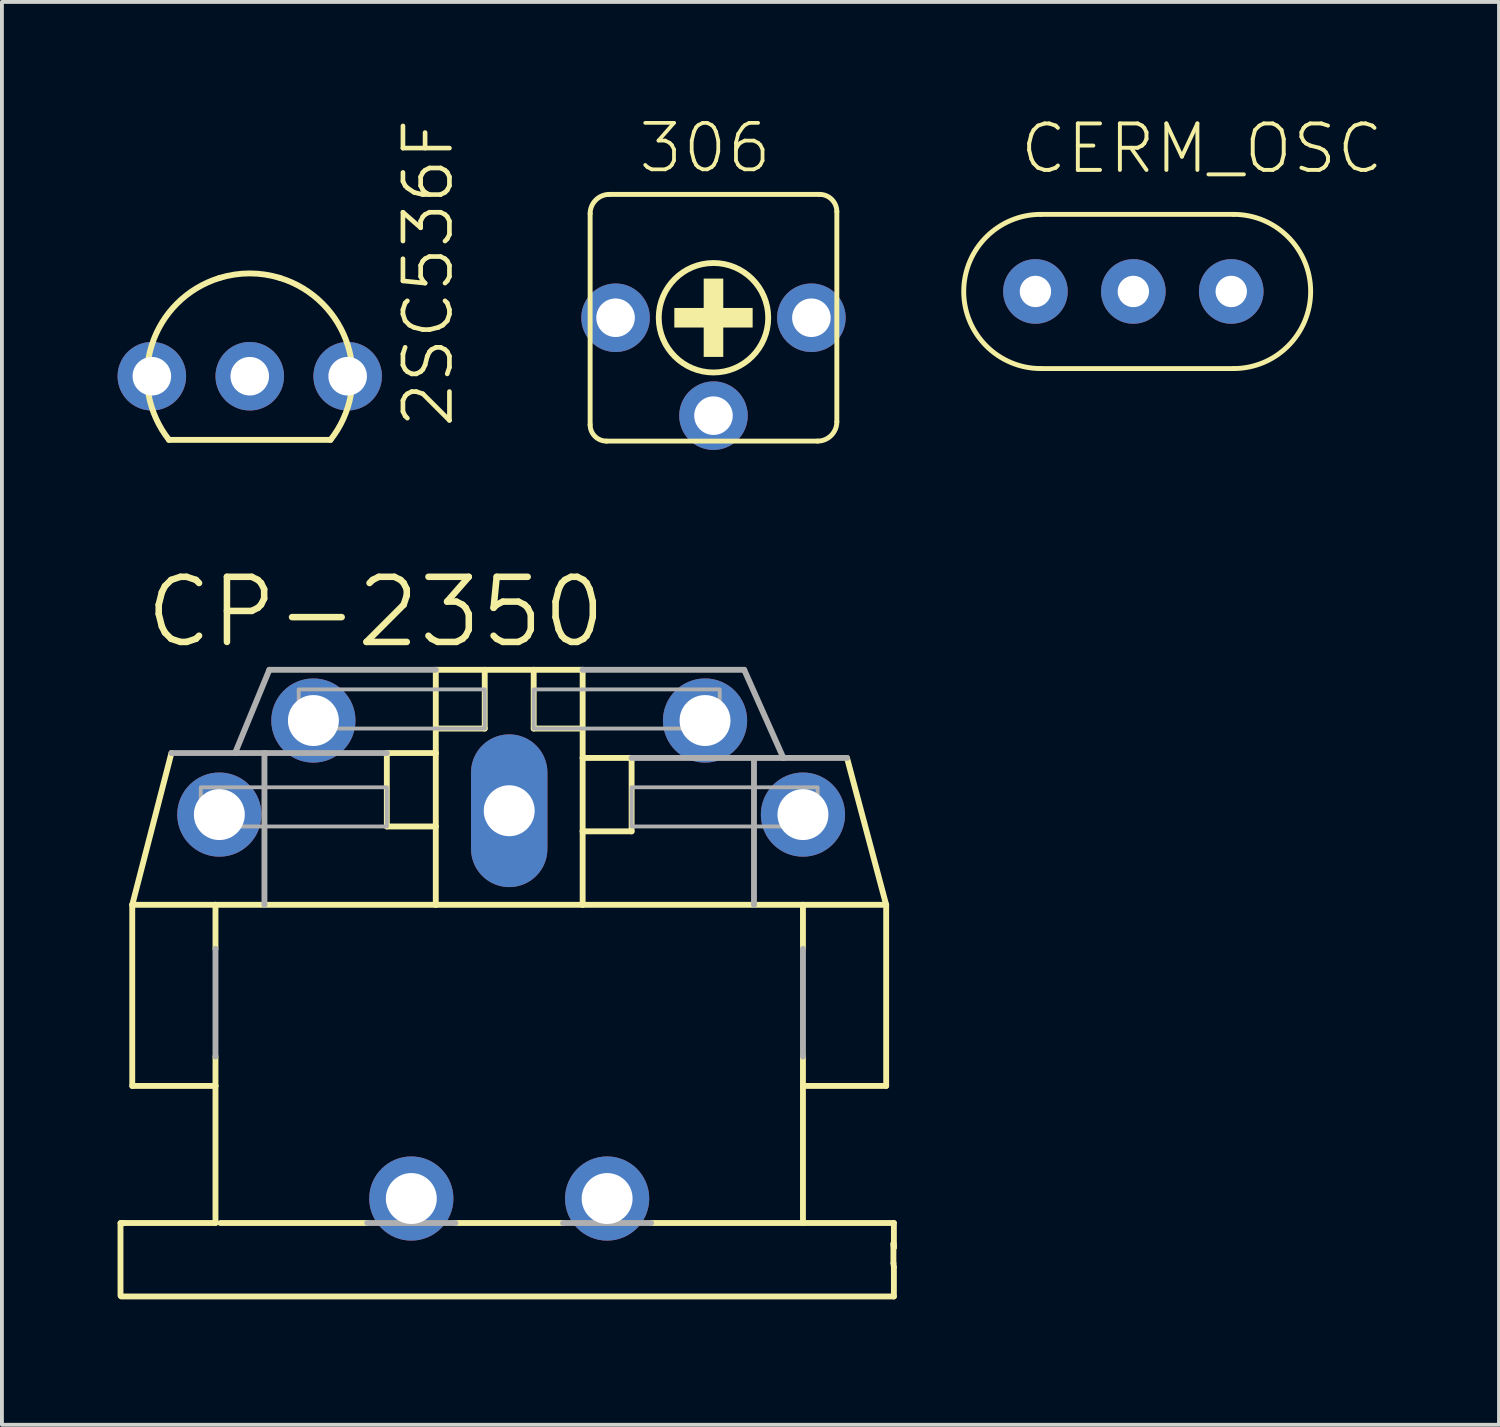
<source format=kicad_pcb>
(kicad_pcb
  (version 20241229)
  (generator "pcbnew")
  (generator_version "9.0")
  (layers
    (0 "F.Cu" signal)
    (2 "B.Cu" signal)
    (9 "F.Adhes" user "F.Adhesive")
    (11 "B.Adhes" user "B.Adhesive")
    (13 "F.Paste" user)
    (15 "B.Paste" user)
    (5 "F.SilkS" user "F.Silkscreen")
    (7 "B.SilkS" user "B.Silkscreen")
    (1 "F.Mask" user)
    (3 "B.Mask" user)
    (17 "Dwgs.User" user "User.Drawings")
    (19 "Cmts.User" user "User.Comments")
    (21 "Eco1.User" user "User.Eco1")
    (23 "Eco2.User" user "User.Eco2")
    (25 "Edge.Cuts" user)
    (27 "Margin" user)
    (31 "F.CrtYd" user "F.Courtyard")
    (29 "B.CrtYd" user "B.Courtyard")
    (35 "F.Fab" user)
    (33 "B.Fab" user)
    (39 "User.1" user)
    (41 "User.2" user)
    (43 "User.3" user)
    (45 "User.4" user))
  (footprint "CP-2350"
    (layer "F.Cu")
    (at 10.16 30.662)
    (property "Reference" "CP-2350" (at -9.525 -16.844 0) (layer "F.SilkS") (effects (font (size 1.689 1.689) (thickness 0.169)) (justify left bottom)))
    (attr through_hole)
    (fp_line (start -10.084 -1.981) (end -10.084 -0.102) (stroke (width 0.152) (type solid)) (layer "F.SilkS"))
    (fp_line (start -10.068 -0.08) (end 9.979 -0.08) (stroke (width 0.152) (type solid)) (layer "F.SilkS"))
    (fp_line (start -9.982 -1.981) (end -10.084 -1.981) (stroke (width 0.152) (type solid)) (layer "F.SilkS"))
    (fp_line (start -9.779 -5.541) (end -9.779 -10.24) (stroke (width 0.152) (type solid)) (layer "F.SilkS"))
    (fp_line (start -9.779 -5.541) (end -7.62 -5.541) (stroke (width 0.152) (type solid)) (layer "F.SilkS"))
    (fp_line (start -8.763 -14.177) (end -9.779 -10.24) (stroke (width 0.152) (type solid)) (layer "F.SilkS"))
    (fp_line (start -7.62 -10.24) (end -9.779 -10.24) (stroke (width 0.152) (type solid)) (layer "F.SilkS"))
    (fp_line (start -7.62 -10.24) (end -7.62 -9.097) (stroke (width 0.152) (type solid)) (layer "F.SilkS"))
    (fp_line (start -7.62 -5.541) (end -7.62 -6.303) (stroke (width 0.152) (type solid)) (layer "F.SilkS"))
    (fp_line (start -7.62 -1.985) (end -10.068 -1.985) (stroke (width 0.152) (type solid)) (layer "F.SilkS"))
    (fp_line (start -7.62 -1.985) (end -7.62 -5.541) (stroke (width 0.152) (type solid)) (layer "F.SilkS"))
    (fp_line (start -7.493 -1.985) (end -3.683 -1.985) (stroke (width 0.152) (type solid)) (layer "F.SilkS"))
    (fp_line (start -3.175 -14.177) (end -3.175 -12.272) (stroke (width 0.152) (type solid)) (layer "F.SilkS"))
    (fp_line (start -1.905 -16.336) (end -1.905 -14.812) (stroke (width 0.152) (type solid)) (layer "F.SilkS"))
    (fp_line (start -1.905 -14.812) (end -1.905 -14.177) (stroke (width 0.152) (type solid)) (layer "F.SilkS"))
    (fp_line (start -1.905 -14.812) (end -0.635 -14.812) (stroke (width 0.152) (type solid)) (layer "F.SilkS"))
    (fp_line (start -1.905 -14.177) (end -3.175 -14.177) (stroke (width 0.152) (type solid)) (layer "F.SilkS"))
    (fp_line (start -1.905 -14.177) (end -1.905 -12.272) (stroke (width 0.152) (type solid)) (layer "F.SilkS"))
    (fp_line (start -1.905 -12.272) (end -3.175 -12.272) (stroke (width 0.152) (type solid)) (layer "F.SilkS"))
    (fp_line (start -1.905 -12.272) (end -1.905 -10.24) (stroke (width 0.152) (type solid)) (layer "F.SilkS"))
    (fp_line (start -1.905 -10.24) (end -7.62 -10.24) (stroke (width 0.152) (type solid)) (layer "F.SilkS"))
    (fp_line (start -1.397 -1.985) (end 1.397 -1.985) (stroke (width 0.152) (type solid)) (layer "F.SilkS"))
    (fp_line (start -0.635 -16.336) (end -1.905 -16.336) (stroke (width 0.152) (type solid)) (layer "F.SilkS"))
    (fp_line (start -0.635 -16.336) (end -0.635 -14.812) (stroke (width 0.152) (type solid)) (layer "F.SilkS"))
    (fp_line (start 0.635 -16.336) (end -0.635 -16.336) (stroke (width 0.152) (type solid)) (layer "F.SilkS"))
    (fp_line (start 0.635 -16.336) (end 0.635 -14.812) (stroke (width 0.152) (type solid)) (layer "F.SilkS"))
    (fp_line (start 1.905 -16.336) (end 0.635 -16.336) (stroke (width 0.152) (type solid)) (layer "F.SilkS"))
    (fp_line (start 1.905 -16.336) (end 1.905 -14.812) (stroke (width 0.152) (type solid)) (layer "F.SilkS"))
    (fp_line (start 1.905 -14.812) (end 0.635 -14.812) (stroke (width 0.152) (type solid)) (layer "F.SilkS"))
    (fp_line (start 1.905 -14.812) (end 1.905 -14.05) (stroke (width 0.152) (type solid)) (layer "F.SilkS"))
    (fp_line (start 1.905 -14.05) (end 1.905 -12.145) (stroke (width 0.152) (type solid)) (layer "F.SilkS"))
    (fp_line (start 1.905 -12.145) (end 1.905 -10.24) (stroke (width 0.152) (type solid)) (layer "F.SilkS"))
    (fp_line (start 1.905 -12.145) (end 3.175 -12.145) (stroke (width 0.152) (type solid)) (layer "F.SilkS"))
    (fp_line (start 1.905 -10.24) (end -1.905 -10.24) (stroke (width 0.152) (type solid)) (layer "F.SilkS"))
    (fp_line (start 3.175 -14.05) (end 1.905 -14.05) (stroke (width 0.152) (type solid)) (layer "F.SilkS"))
    (fp_line (start 3.175 -14.05) (end 3.175 -12.145) (stroke (width 0.152) (type solid)) (layer "F.SilkS"))
    (fp_line (start 3.683 -1.985) (end 7.62 -1.985) (stroke (width 0.152) (type solid)) (layer "F.SilkS"))
    (fp_line (start 7.62 -10.24) (end 1.905 -10.24) (stroke (width 0.152) (type solid)) (layer "F.SilkS"))
    (fp_line (start 7.62 -10.24) (end 7.62 -9.097) (stroke (width 0.152) (type solid)) (layer "F.SilkS"))
    (fp_line (start 7.62 -5.541) (end 7.62 -6.303) (stroke (width 0.152) (type solid)) (layer "F.SilkS"))
    (fp_line (start 7.62 -1.985) (end 7.62 -5.541) (stroke (width 0.152) (type solid)) (layer "F.SilkS"))
    (fp_line (start 8.763 -14.05) (end 9.779 -10.24) (stroke (width 0.152) (type solid)) (layer "F.SilkS"))
    (fp_line (start 9.779 -10.24) (end 7.62 -10.24) (stroke (width 0.152) (type solid)) (layer "F.SilkS"))
    (fp_line (start 9.779 -5.541) (end 7.62 -5.541) (stroke (width 0.152) (type solid)) (layer "F.SilkS"))
    (fp_line (start 9.779 -5.541) (end 9.779 -10.24) (stroke (width 0.152) (type solid)) (layer "F.SilkS"))
    (fp_line (start 9.968 -1.45) (end 9.979 -1.35) (stroke (width 0.152) (type solid)) (layer "F.SilkS"))
    (fp_line (start 9.968 -0.942) (end 9.968 -1.45) (stroke (width 0.152) (type solid)) (layer "F.SilkS"))
    (fp_line (start 9.968 -0.942) (end 9.979 -0.842) (stroke (width 0.152) (type solid)) (layer "F.SilkS"))
    (fp_line (start 9.979 -1.985) (end 7.62 -1.985) (stroke (width 0.152) (type solid)) (layer "F.SilkS"))
    (fp_line (start 9.979 -1.985) (end 9.979 -1.35) (stroke (width 0.152) (type solid)) (layer "F.SilkS"))
    (fp_line (start 9.979 -0.08) (end 9.979 -0.842) (stroke (width 0.152) (type solid)) (layer "F.SilkS"))
    (fp_line (start -8.763 -14.177) (end -7.112 -14.177) (stroke (width 0.152) (type solid)) (layer "F.Fab"))
    (fp_line (start -7.62 -9.097) (end -7.62 -6.303) (stroke (width 0.152) (type solid)) (layer "F.Fab"))
    (fp_line (start -7.112 -14.177) (end -6.223 -16.336) (stroke (width 0.152) (type solid)) (layer "F.Fab"))
    (fp_line (start -6.35 -14.177) (end -7.112 -14.177) (stroke (width 0.152) (type solid)) (layer "F.Fab"))
    (fp_line (start -6.35 -14.177) (end -6.35 -10.24) (stroke (width 0.152) (type solid)) (layer "F.Fab"))
    (fp_line (start -3.175 -14.177) (end -6.35 -14.177) (stroke (width 0.152) (type solid)) (layer "F.Fab"))
    (fp_line (start -1.905 -16.336) (end -6.223 -16.336) (stroke (width 0.152) (type solid)) (layer "F.Fab"))
    (fp_line (start -1.397 -1.985) (end -3.683 -1.985) (stroke (width 0.152) (type solid)) (layer "F.Fab"))
    (fp_line (start 3.683 -1.985) (end 1.397 -1.985) (stroke (width 0.152) (type solid)) (layer "F.Fab"))
    (fp_line (start 6.096 -16.336) (end 1.905 -16.336) (stroke (width 0.152) (type solid)) (layer "F.Fab"))
    (fp_line (start 6.096 -16.336) (end 7.112 -14.05) (stroke (width 0.152) (type solid)) (layer "F.Fab"))
    (fp_line (start 6.35 -14.05) (end 3.175 -14.05) (stroke (width 0.152) (type solid)) (layer "F.Fab"))
    (fp_line (start 6.35 -14.05) (end 6.35 -10.24) (stroke (width 0.152) (type solid)) (layer "F.Fab"))
    (fp_line (start 7.112 -14.05) (end 6.35 -14.05) (stroke (width 0.152) (type solid)) (layer "F.Fab"))
    (fp_line (start 7.62 -9.097) (end 7.62 -6.303) (stroke (width 0.152) (type solid)) (layer "F.Fab"))
    (fp_line (start 8.763 -14.05) (end 7.112 -14.05) (stroke (width 0.152) (type solid)) (layer "F.Fab"))
    (fp_poly (pts (xy -8.001 -12.272) (xy -3.175 -12.272) (xy -3.175 -13.288) (xy -8.001 -13.288)) (stroke (width 0.1) (type solid)) (fill no) (layer "F.Fab"))
    (fp_poly (pts (xy -5.461 -14.812) (xy -0.635 -14.812) (xy -0.635 -15.828) (xy -5.461 -15.828)) (stroke (width 0.1) (type solid)) (fill no) (layer "F.Fab"))
    (fp_poly (pts (xy 0.635 -14.812) (xy 5.461 -14.812) (xy 5.461 -15.828) (xy 0.635 -15.828)) (stroke (width 0.1) (type solid)) (fill no) (layer "F.Fab"))
    (fp_poly (pts (xy 3.175 -12.272) (xy 8.001 -12.272) (xy 8.001 -13.288) (xy 3.175 -13.288)) (stroke (width 0.1) (type solid)) (fill no) (layer "F.Fab"))
    (pad "1" thru_hole circle (at 7.62 -12.58) (size 2.184 2.184) (drill 1.321) (layers "*.Cu" "*.Mask"))
    (pad "2" thru_hole oval (at 0 -12.68 90) (size 3.962 1.981) (drill 1.321) (layers "*.Cu" "*.Mask"))
    (pad "3" thru_hole circle (at -7.52 -12.58) (size 2.184 2.184) (drill 1.321) (layers "*.Cu" "*.Mask"))
    (pad "4" thru_hole circle (at 5.08 -15.02) (size 2.184 2.184) (drill 1.321) (layers "*.Cu" "*.Mask"))
    (pad "5" thru_hole circle (at -5.08 -15.02) (size 2.184 2.184) (drill 1.321) (layers "*.Cu" "*.Mask"))
    (pad "PE" thru_hole circle (at -2.54 -2.62) (size 2.184 2.184) (drill 1.321) (layers "*.Cu" "*.Mask"))
    (pad "PE@" thru_hole circle (at 2.54 -2.62) (size 2.184 2.184) (drill 1.321) (layers "*.Cu" "*.Mask")))
  (footprint "306"
    (layer "F.Cu")
    (at 15.459 5.193)
    (property "Reference" "306" (at -2.007 -3.697 180) (layer "F.SilkS") (effects (font (size 1.206 1.206) (thickness 0.097)) (justify left bottom)))
    (attr through_hole)
    (fp_line (start -3.2 2.776) (end -3.2 -2.7) (stroke (width 0.127) (type solid)) (layer "F.SilkS"))
    (fp_line (start -2.7 -3.2) (end 2.753 -3.2) (stroke (width 0.127) (type solid)) (layer "F.SilkS"))
    (fp_line (start 2.7 3.2) (end -2.776 3.2) (stroke (width 0.127) (type solid)) (layer "F.SilkS"))
    (fp_line (start 3.2 -2.753) (end 3.2 2.7) (stroke (width 0.127) (type solid)) (layer "F.SilkS"))
    (fp_arc (start -3.2 -2.7) (mid -3.053553 -3.053553) (end -2.7 -3.2) (stroke (width 0.127) (type solid)) (layer "F.SilkS"))
    (fp_arc (start -2.7758 3.2) (mid -3.075755 3.075755) (end -3.2 2.7758) (stroke (width 0.127) (type solid)) (layer "F.SilkS"))
    (fp_arc (start 2.7528 -3.2) (mid 3.069018 -3.069018) (end 3.2 -2.7528) (stroke (width 0.127) (type solid)) (layer "F.SilkS"))
    (fp_arc (start 3.2 2.7) (mid 3.053553 3.053553) (end 2.7 3.2) (stroke (width 0.127) (type solid)) (layer "F.SilkS"))
    (fp_circle (center 0 0) (end 1.42 0) (stroke (width 0.152) (type solid)) (fill no) (layer "F.SilkS"))
    (fp_poly (pts (xy -1.016 0.254) (xy 1.016 0.254) (xy 1.016 -0.254) (xy -1.016 -0.254)) (stroke (width 0) (type solid)) (fill yes) (layer "F.SilkS"))
    (fp_poly (pts (xy -0.254 1.016) (xy 0.254 1.016) (xy 0.254 -1.016) (xy -0.254 -1.016)) (stroke (width 0) (type solid)) (fill yes) (layer "F.SilkS"))
    (pad "1" thru_hole circle (at -2.54 0) (size 1.778 1.778) (drill 1) (layers "*.Cu" "*.Mask"))
    (pad "2" thru_hole circle (at 0 2.54) (size 1.778 1.778) (drill 1) (layers "*.Cu" "*.Mask"))
    (pad "3" thru_hole circle (at 2.54 0) (size 1.778 1.778) (drill 1) (layers "*.Cu" "*.Mask")))
  (footprint "CERM_OSC"
    (layer "F.Cu")
    (at 26.351 4.511)
    (property "Reference" "CERM_OSC" (at -3 -3 0) (layer "F.SilkS") (effects (font (size 1.206 1.206) (thickness 0.102)) (justify left bottom)))
    (attr through_hole)
    (fp_line (start -2.4 -2) (end 2.6 -2) (stroke (width 0.127) (type solid)) (layer "F.SilkS"))
    (fp_line (start 2.6 2) (end -2.4 2) (stroke (width 0.127) (type solid)) (layer "F.SilkS"))
    (fp_arc (start -2.4 2) (mid -4.4 0) (end -2.4 -2) (stroke (width 0.127) (type solid)) (layer "F.SilkS"))
    (fp_arc (start 2.6 -2) (mid 4.6 0) (end 2.6 2) (stroke (width 0.127) (type solid)) (layer "F.SilkS"))
    (pad "P$1" thru_hole circle (at -2.54 0) (size 1.676 1.676) (drill 0.813) (layers "*.Cu" "*.Mask"))
    (pad "P$2" thru_hole circle (at 0 0) (size 1.676 1.676) (drill 0.813) (layers "*.Cu" "*.Mask"))
    (pad "P$3" thru_hole circle (at 2.54 0) (size 1.676 1.676) (drill 0.813) (layers "*.Cu" "*.Mask")))
  (footprint "2SC536F"
    (layer "F.Cu")
    (at 3.429 6.71)
    (property "Reference" "2SC536F" (at 5.334 1.397 270) (layer "F.SilkS") (effects (font (size 1.206 1.206) (thickness 0.121)) (justify left bottom)))
    (attr through_hole)
    (fp_line (start -2.095 1.651) (end 2.095 1.651) (stroke (width 0.152) (type solid)) (layer "F.SilkS"))
    (fp_arc (start -2.094599 1.650999) (mid -2.546339 -0.793276) (end -0.7863 -2.5485) (stroke (width 0.1524) (type solid)) (layer "F.SilkS"))
    (fp_arc (start -0.7863 -2.5485) (mid 0 -2.667043) (end 0.7863 -2.5485) (stroke (width 0.1524) (type solid)) (layer "F.SilkS"))
    (fp_arc (start 0.7868 -2.548401) (mid 2.546771 -0.793202) (end 2.095 1.651) (stroke (width 0.1524) (type solid)) (layer "F.SilkS"))
    (pad "1" thru_hole circle (at 2.54 0) (size 1.778 1.778) (drill 1) (layers "*.Cu" "*.Mask"))
    (pad "2" thru_hole circle (at 0 0) (size 1.778 1.778) (drill 1) (layers "*.Cu" "*.Mask"))
    (pad "3" thru_hole circle (at -2.54 0) (size 1.778 1.778) (drill 1) (layers "*.Cu" "*.Mask")))
  (gr_rect
    (start -3 -3)
    (end 35.837 33.912)
    (stroke (width 0.1) (type default))
    (fill no)
    (layer "Edge.Cuts")))
</source>
